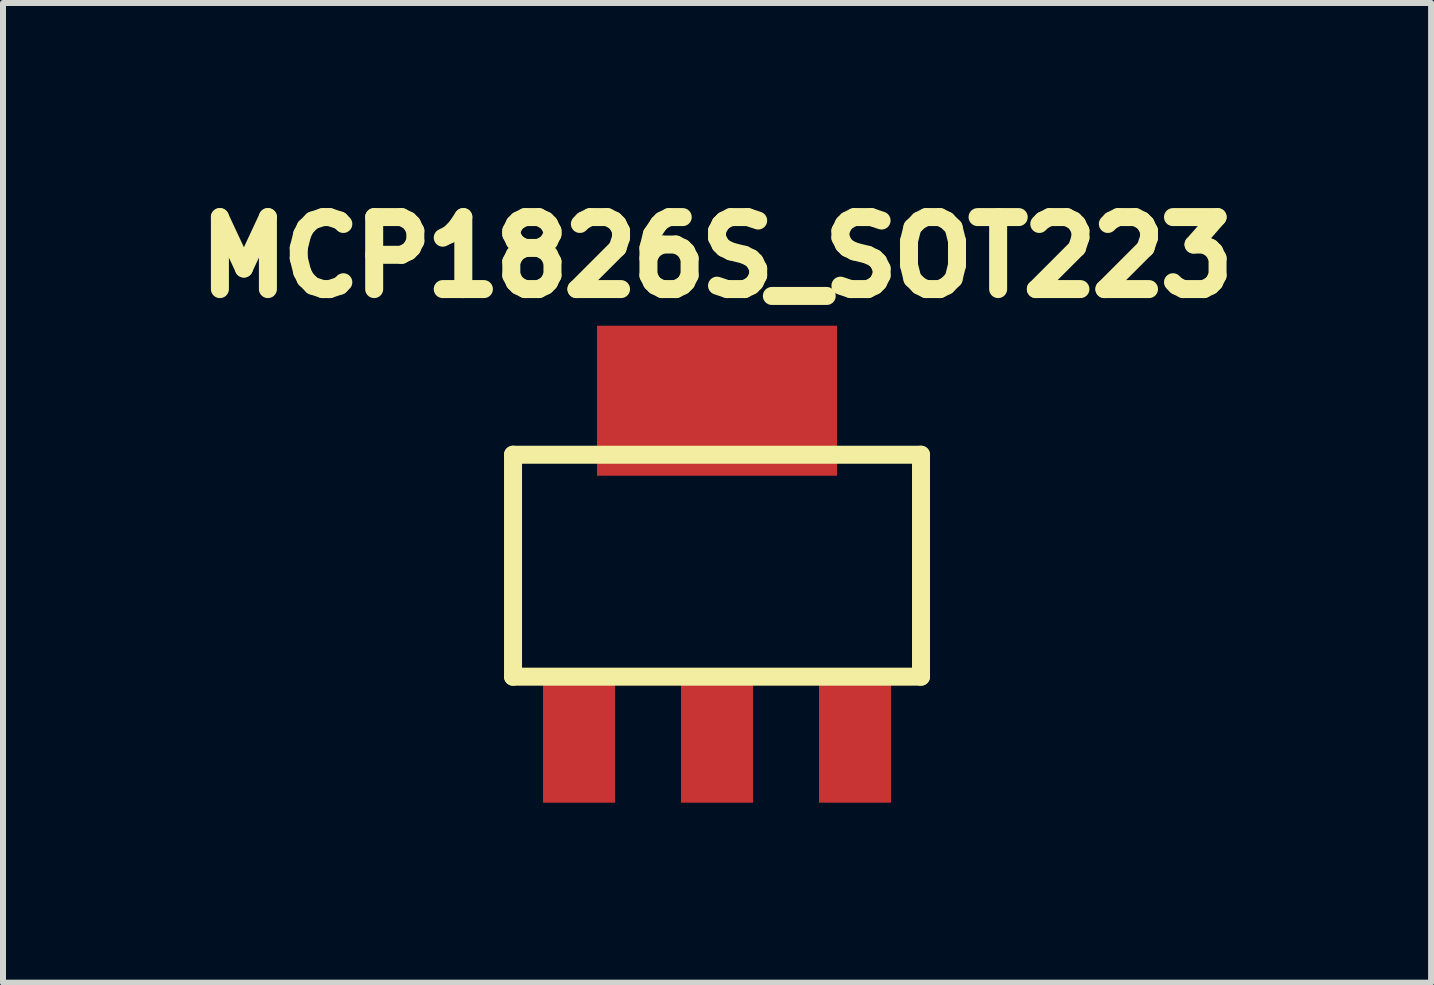
<source format=kicad_pcb>
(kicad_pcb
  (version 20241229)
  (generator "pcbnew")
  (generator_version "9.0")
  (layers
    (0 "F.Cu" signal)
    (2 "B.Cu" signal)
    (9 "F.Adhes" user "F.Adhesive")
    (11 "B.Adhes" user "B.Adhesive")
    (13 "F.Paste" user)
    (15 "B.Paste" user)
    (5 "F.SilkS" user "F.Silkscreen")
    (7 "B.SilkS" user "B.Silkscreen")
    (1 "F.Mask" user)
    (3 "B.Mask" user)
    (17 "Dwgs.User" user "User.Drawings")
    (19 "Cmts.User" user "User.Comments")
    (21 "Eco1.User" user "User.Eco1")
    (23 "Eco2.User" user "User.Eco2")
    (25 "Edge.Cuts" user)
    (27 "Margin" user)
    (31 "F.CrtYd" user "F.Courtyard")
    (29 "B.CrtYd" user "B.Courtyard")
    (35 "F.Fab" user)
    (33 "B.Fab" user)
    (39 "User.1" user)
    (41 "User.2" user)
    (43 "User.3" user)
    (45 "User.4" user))
  (footprint "MCP1826S_SOT223"
    (layer "F.Cu")
    (at 8.901 9.129)
    (property "Reference" "MCP1826S_SOT223" (at 0 -7.9 0) (layer "F.SilkS") (effects (font (size 1.2 1.2) (thickness 0.3))))
    (attr through_hole)
    (fp_line (start -3.4 -4.6) (end -3.4 -0.9) (stroke (width 0.3) (type solid)) (layer "F.SilkS"))
    (fp_line (start -3.4 -4.6) (end 3.4 -4.6) (stroke (width 0.3) (type solid)) (layer "F.SilkS"))
    (fp_line (start -3.4 -0.9) (end 3.4 -0.9) (stroke (width 0.3) (type solid)) (layer "F.SilkS"))
    (fp_line (start 3.4 -4.6) (end 3.4 -0.9) (stroke (width 0.3) (type solid)) (layer "F.SilkS"))
    (pad "1" smd rect (at -2.3 0.2) (size 1.2 2) (layers "F.Cu" "F.Mask" "F.Paste"))
    (pad "2" smd rect (at 0 0.2) (size 1.2 2) (layers "F.Cu" "F.Mask" "F.Paste"))
    (pad "3" smd rect (at 2.3 0.2) (size 1.2 2) (layers "F.Cu" "F.Mask" "F.Paste"))
    (pad "4" smd rect (at 0 -5.5) (size 4 2.5) (layers "F.Cu" "F.Mask" "F.Paste")))
  (gr_rect
    (start -3 -3)
    (end 20.803 13.329)
    (stroke (width 0.1) (type default))
    (fill no)
    (layer "Edge.Cuts")))
</source>
